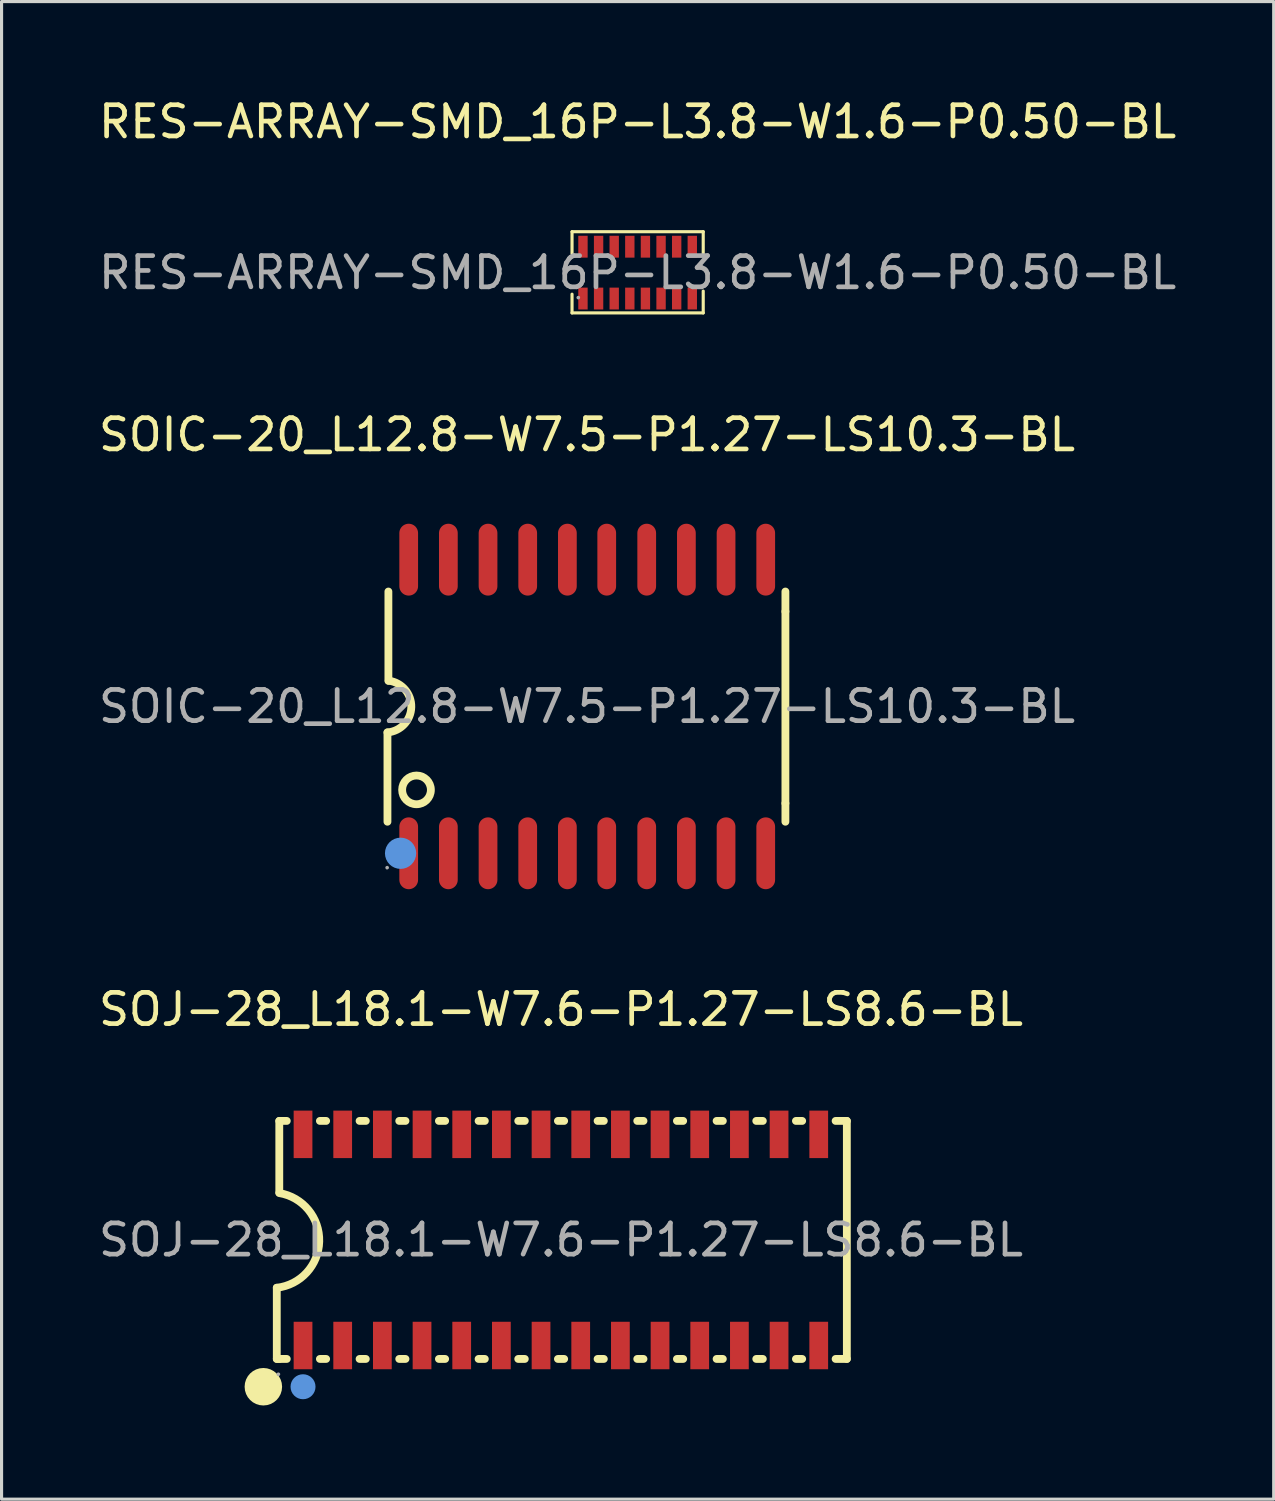
<source format=kicad_pcb>
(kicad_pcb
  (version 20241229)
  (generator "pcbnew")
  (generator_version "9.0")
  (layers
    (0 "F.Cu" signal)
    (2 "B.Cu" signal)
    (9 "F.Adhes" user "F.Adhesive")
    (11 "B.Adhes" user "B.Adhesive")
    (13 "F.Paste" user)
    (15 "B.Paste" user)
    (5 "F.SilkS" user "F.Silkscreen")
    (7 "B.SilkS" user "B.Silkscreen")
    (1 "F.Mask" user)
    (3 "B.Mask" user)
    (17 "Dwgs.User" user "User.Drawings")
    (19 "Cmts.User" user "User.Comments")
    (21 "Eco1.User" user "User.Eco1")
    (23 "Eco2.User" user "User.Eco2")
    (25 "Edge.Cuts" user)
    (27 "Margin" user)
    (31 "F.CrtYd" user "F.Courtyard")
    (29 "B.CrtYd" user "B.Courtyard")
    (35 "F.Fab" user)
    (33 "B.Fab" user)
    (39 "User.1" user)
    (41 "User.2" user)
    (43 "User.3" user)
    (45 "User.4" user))
  (footprint "RES-ARRAY-SMD_16P-L3.8-W1.6-P0.50-BL"
    (layer "F.Cu")
    (at 17.363 5.678)
    (property "Reference" "RES-ARRAY-SMD_16P-L3.8-W1.6-P0.50-BL" (at 0 -4.83 0) (layer "F.SilkS") (effects (font (size 1 1) (thickness 0.15))))
    (attr smd)
    (fp_line (start -2.1 -1.31) (end 2.1 -1.31) (stroke (width 0.1) (type solid)) (layer "F.SilkS"))
    (fp_line (start -2.1 -0.61) (end -2.1 -1.31) (stroke (width 0.1) (type solid)) (layer "F.SilkS"))
    (fp_line (start -2.1 0.69) (end -2.1 1.29) (stroke (width 0.1) (type solid)) (layer "F.SilkS"))
    (fp_line (start -2.1 1.29) (end 2.1 1.29) (stroke (width 0.1) (type solid)) (layer "F.SilkS"))
    (fp_line (start 2.1 -1.31) (end 2.1 -0.61) (stroke (width 0.1) (type solid)) (layer "F.SilkS"))
    (fp_line (start 2.1 1.29) (end 2.1 0.59) (stroke (width 0.1) (type solid)) (layer "F.SilkS"))
    (fp_circle (center -1.9 0.8) (end -1.87 0.8) (stroke (width 0.06) (type solid)) (fill no) (layer "F.Fab"))
    (fp_text user "${REFERENCE}" (at 0 0 0) (layer "F.Fab") (effects (font (size 1 1) (thickness 0.15))))
    (pad "1" smd rect (at -1.75 0.83) (size 0.3 0.7) (layers "F.Cu" "F.Mask" "F.Paste"))
    (pad "2" smd rect (at -1.25 0.83) (size 0.3 0.7) (layers "F.Cu" "F.Mask" "F.Paste"))
    (pad "3" smd rect (at -0.75 0.83) (size 0.3 0.7) (layers "F.Cu" "F.Mask" "F.Paste"))
    (pad "4" smd rect (at -0.25 0.83) (size 0.3 0.7) (layers "F.Cu" "F.Mask" "F.Paste"))
    (pad "5" smd rect (at 0.25 0.83) (size 0.3 0.7) (layers "F.Cu" "F.Mask" "F.Paste"))
    (pad "6" smd rect (at 0.75 0.83) (size 0.3 0.7) (layers "F.Cu" "F.Mask" "F.Paste"))
    (pad "7" smd rect (at 1.25 0.83) (size 0.3 0.7) (layers "F.Cu" "F.Mask" "F.Paste"))
    (pad "8" smd rect (at 1.75 0.83) (size 0.3 0.7) (layers "F.Cu" "F.Mask" "F.Paste"))
    (pad "9" smd rect (at 1.75 -0.83) (size 0.3 0.7) (layers "F.Cu" "F.Mask" "F.Paste"))
    (pad "10" smd rect (at 1.25 -0.83) (size 0.3 0.7) (layers "F.Cu" "F.Mask" "F.Paste"))
    (pad "11" smd rect (at 0.75 -0.83) (size 0.3 0.7) (layers "F.Cu" "F.Mask" "F.Paste"))
    (pad "12" smd rect (at 0.25 -0.83) (size 0.3 0.7) (layers "F.Cu" "F.Mask" "F.Paste"))
    (pad "13" smd rect (at -0.25 -0.83) (size 0.3 0.7) (layers "F.Cu" "F.Mask" "F.Paste"))
    (pad "14" smd rect (at -0.75 -0.83) (size 0.3 0.7) (layers "F.Cu" "F.Mask" "F.Paste"))
    (pad "15" smd rect (at -1.25 -0.83) (size 0.3 0.7) (layers "F.Cu" "F.Mask" "F.Paste"))
    (pad "16" smd rect (at -1.75 -0.83) (size 0.3 0.7) (layers "F.Cu" "F.Mask" "F.Paste")))
  (footprint "SOJ-28_L18.1-W7.6-P1.27-LS8.6-BL"
    (layer "F.Cu")
    (at 14.911 36.645)
    (property "Reference" "SOJ-28_L18.1-W7.6-P1.27-LS8.6-BL" (at 0 -7.38 0) (layer "F.SilkS") (effects (font (size 1 1) (thickness 0.15))))
    (attr smd)
    (fp_line (start -9.1 3.81) (end -9.1 1.53) (stroke (width 0.25) (type solid)) (layer "F.SilkS"))
    (fp_line (start -9.02 -3.81) (end -8.78 -3.81) (stroke (width 0.25) (type solid)) (layer "F.SilkS"))
    (fp_line (start -9.02 -1.52) (end -9.02 -3.81) (stroke (width 0.25) (type solid)) (layer "F.SilkS"))
    (fp_line (start -9.02 3.81) (end -9.1 3.81) (stroke (width 0.25) (type solid)) (layer "F.SilkS"))
    (fp_line (start -8.78 3.81) (end -9.02 3.81) (stroke (width 0.25) (type solid)) (layer "F.SilkS"))
    (fp_line (start -7.72 -3.81) (end -7.52 -3.81) (stroke (width 0.25) (type solid)) (layer "F.SilkS"))
    (fp_line (start -7.52 3.81) (end -7.72 3.81) (stroke (width 0.25) (type solid)) (layer "F.SilkS"))
    (fp_line (start -6.45 -3.81) (end -6.25 -3.81) (stroke (width 0.25) (type solid)) (layer "F.SilkS"))
    (fp_line (start -6.25 3.81) (end -6.45 3.81) (stroke (width 0.25) (type solid)) (layer "F.SilkS"))
    (fp_line (start -5.18 -3.81) (end -4.98 -3.81) (stroke (width 0.25) (type solid)) (layer "F.SilkS"))
    (fp_line (start -4.98 3.81) (end -5.18 3.81) (stroke (width 0.25) (type solid)) (layer "F.SilkS"))
    (fp_line (start -3.91 -3.81) (end -3.71 -3.81) (stroke (width 0.25) (type solid)) (layer "F.SilkS"))
    (fp_line (start -3.71 3.81) (end -3.91 3.81) (stroke (width 0.25) (type solid)) (layer "F.SilkS"))
    (fp_line (start -2.64 -3.81) (end -2.44 -3.81) (stroke (width 0.25) (type solid)) (layer "F.SilkS"))
    (fp_line (start -2.44 3.81) (end -2.64 3.81) (stroke (width 0.25) (type solid)) (layer "F.SilkS"))
    (fp_line (start -1.37 -3.81) (end -1.16 -3.81) (stroke (width 0.25) (type solid)) (layer "F.SilkS"))
    (fp_line (start -1.16 3.81) (end -1.37 3.81) (stroke (width 0.25) (type solid)) (layer "F.SilkS"))
    (fp_line (start -0.1 -3.81) (end 0.1 -3.81) (stroke (width 0.25) (type solid)) (layer "F.SilkS"))
    (fp_line (start 0.1 3.81) (end -0.1 3.81) (stroke (width 0.25) (type solid)) (layer "F.SilkS"))
    (fp_line (start 1.17 -3.81) (end 1.37 -3.81) (stroke (width 0.25) (type solid)) (layer "F.SilkS"))
    (fp_line (start 1.37 3.81) (end 1.17 3.81) (stroke (width 0.25) (type solid)) (layer "F.SilkS"))
    (fp_line (start 2.44 -3.81) (end 2.64 -3.81) (stroke (width 0.25) (type solid)) (layer "F.SilkS"))
    (fp_line (start 2.64 3.81) (end 2.44 3.81) (stroke (width 0.25) (type solid)) (layer "F.SilkS"))
    (fp_line (start 3.71 -3.81) (end 3.91 -3.81) (stroke (width 0.25) (type solid)) (layer "F.SilkS"))
    (fp_line (start 3.91 3.81) (end 3.71 3.81) (stroke (width 0.25) (type solid)) (layer "F.SilkS"))
    (fp_line (start 4.98 -3.81) (end 5.18 -3.81) (stroke (width 0.25) (type solid)) (layer "F.SilkS"))
    (fp_line (start 5.18 3.81) (end 4.98 3.81) (stroke (width 0.25) (type solid)) (layer "F.SilkS"))
    (fp_line (start 6.25 -3.81) (end 6.46 -3.81) (stroke (width 0.25) (type solid)) (layer "F.SilkS"))
    (fp_line (start 6.46 3.81) (end 6.25 3.81) (stroke (width 0.25) (type solid)) (layer "F.SilkS"))
    (fp_line (start 7.52 -3.81) (end 7.72 -3.81) (stroke (width 0.25) (type solid)) (layer "F.SilkS"))
    (fp_line (start 7.72 3.81) (end 7.52 3.81) (stroke (width 0.25) (type solid)) (layer "F.SilkS"))
    (fp_line (start 8.79 -3.81) (end 9.15 -3.81) (stroke (width 0.25) (type solid)) (layer "F.SilkS"))
    (fp_line (start 9.15 -3.81) (end 9.15 3.81) (stroke (width 0.25) (type solid)) (layer "F.SilkS"))
    (fp_line (start 9.15 3.81) (end 8.79 3.81) (stroke (width 0.25) (type solid)) (layer "F.SilkS"))
    (fp_arc (start -9.02 -1.5) (mid -7.73998 0.050487) (end -9.100208 1.531108) (stroke (width 0.25) (type solid)) (layer "F.SilkS"))
    (fp_circle (center -9.53 4.7) (end -9.23 4.7) (stroke (width 0.6) (type solid)) (fill no) (layer "F.SilkS"))
    (fp_circle (center -8.26 4.7) (end -8.06 4.7) (stroke (width 0.4) (type solid)) (fill no) (layer "Cmts.User"))
    (fp_circle (center -9.05 4.3) (end -9.02 4.3) (stroke (width 0.06) (type solid)) (fill no) (layer "F.Fab"))
    (fp_text user "${REFERENCE}" (at 0 0 0) (layer "F.Fab") (effects (font (size 1 1) (thickness 0.15))))
    (pad "1" smd rect (at -8.26 3.38) (size 0.6 1.52) (layers "F.Cu" "F.Mask" "F.Paste"))
    (pad "2" smd rect (at -6.99 3.38) (size 0.6 1.52) (layers "F.Cu" "F.Mask" "F.Paste"))
    (pad "3" smd rect (at -5.72 3.38) (size 0.6 1.52) (layers "F.Cu" "F.Mask" "F.Paste"))
    (pad "4" smd rect (at -4.45 3.38) (size 0.6 1.52) (layers "F.Cu" "F.Mask" "F.Paste"))
    (pad "5" smd rect (at -3.18 3.38) (size 0.6 1.52) (layers "F.Cu" "F.Mask" "F.Paste"))
    (pad "6" smd rect (at -1.91 3.38) (size 0.6 1.52) (layers "F.Cu" "F.Mask" "F.Paste"))
    (pad "7" smd rect (at -0.64 3.38) (size 0.6 1.52) (layers "F.Cu" "F.Mask" "F.Paste"))
    (pad "8" smd rect (at 0.63 3.38) (size 0.6 1.52) (layers "F.Cu" "F.Mask" "F.Paste"))
    (pad "9" smd rect (at 1.9 3.38) (size 0.6 1.52) (layers "F.Cu" "F.Mask" "F.Paste"))
    (pad "10" smd rect (at 3.17 3.38) (size 0.6 1.52) (layers "F.Cu" "F.Mask" "F.Paste"))
    (pad "11" smd rect (at 4.44 3.38) (size 0.6 1.52) (layers "F.Cu" "F.Mask" "F.Paste"))
    (pad "12" smd rect (at 5.71 3.38) (size 0.6 1.52) (layers "F.Cu" "F.Mask" "F.Paste"))
    (pad "13" smd rect (at 6.98 3.38) (size 0.6 1.52) (layers "F.Cu" "F.Mask" "F.Paste"))
    (pad "14" smd rect (at 8.25 3.38) (size 0.6 1.52) (layers "F.Cu" "F.Mask" "F.Paste"))
    (pad "15" smd rect (at 8.25 -3.38) (size 0.6 1.52) (layers "F.Cu" "F.Mask" "F.Paste"))
    (pad "16" smd rect (at 6.98 -3.38) (size 0.6 1.52) (layers "F.Cu" "F.Mask" "F.Paste"))
    (pad "17" smd rect (at 5.71 -3.38) (size 0.6 1.52) (layers "F.Cu" "F.Mask" "F.Paste"))
    (pad "18" smd rect (at 4.44 -3.38) (size 0.6 1.52) (layers "F.Cu" "F.Mask" "F.Paste"))
    (pad "19" smd rect (at 3.17 -3.38) (size 0.6 1.52) (layers "F.Cu" "F.Mask" "F.Paste"))
    (pad "20" smd rect (at 1.9 -3.38) (size 0.6 1.52) (layers "F.Cu" "F.Mask" "F.Paste"))
    (pad "21" smd rect (at 0.63 -3.38) (size 0.6 1.52) (layers "F.Cu" "F.Mask" "F.Paste"))
    (pad "22" smd rect (at -0.64 -3.38) (size 0.6 1.52) (layers "F.Cu" "F.Mask" "F.Paste"))
    (pad "23" smd rect (at -1.91 -3.38) (size 0.6 1.52) (layers "F.Cu" "F.Mask" "F.Paste"))
    (pad "24" smd rect (at -3.18 -3.38) (size 0.6 1.52) (layers "F.Cu" "F.Mask" "F.Paste"))
    (pad "25" smd rect (at -4.45 -3.38) (size 0.6 1.52) (layers "F.Cu" "F.Mask" "F.Paste"))
    (pad "26" smd rect (at -5.72 -3.38) (size 0.6 1.52) (layers "F.Cu" "F.Mask" "F.Paste"))
    (pad "27" smd rect (at -6.99 -3.38) (size 0.6 1.52) (layers "F.Cu" "F.Mask" "F.Paste"))
    (pad "28" smd rect (at -8.26 -3.38) (size 0.6 1.52) (layers "F.Cu" "F.Mask" "F.Paste")))
  (footprint "SOIC-20_L12.8-W7.5-P1.27-LS10.3-BL"
    (layer "F.Cu")
    (at 15.744 19.567)
    (property "Reference" "SOIC-20_L12.8-W7.5-P1.27-LS10.3-BL" (at 0 -8.7 0) (layer "F.SilkS") (effects (font (size 1 1) (thickness 0.15))))
    (attr smd)
    (fp_line (start -6.39 0.83) (end -6.39 3.69) (stroke (width 0.25) (type solid)) (layer "F.SilkS"))
    (fp_line (start -6.36 -0.82) (end -6.36 -3.68) (stroke (width 0.25) (type solid)) (layer "F.SilkS"))
    (fp_line (start 6.35 -3.04) (end 6.35 -3.68) (stroke (width 0.25) (type solid)) (layer "F.SilkS"))
    (fp_line (start 6.35 -3.04) (end 6.35 3.1) (stroke (width 0.25) (type solid)) (layer "F.SilkS"))
    (fp_line (start 6.35 3.1) (end 6.35 3.69) (stroke (width 0.25) (type solid)) (layer "F.SilkS"))
    (fp_arc (start -6.349993 -0.82565) (mid -5.627297 0.020121) (end -6.39 0.83) (stroke (width 0.25) (type solid)) (layer "F.SilkS"))
    (fp_circle (center -5.46 2.67) (end -5 2.67) (stroke (width 0.25) (type solid)) (fill no) (layer "F.SilkS"))
    (fp_circle (center -5.97 4.7) (end -5.72 4.7) (stroke (width 0.5) (type solid)) (fill no) (layer "Cmts.User"))
    (fp_circle (center -6.4 5.16) (end -6.37 5.16) (stroke (width 0.06) (type solid)) (fill no) (layer "F.Fab"))
    (fp_text user "${REFERENCE}" (at 0 0 0) (layer "F.Fab") (effects (font (size 1 1) (thickness 0.15))))
    (pad "1" smd oval (at -5.71 4.7 180) (size 0.6 2.3) (layers "F.Cu" "F.Mask" "F.Paste"))
    (pad "2" smd oval (at -4.44 4.7 180) (size 0.6 2.3) (layers "F.Cu" "F.Mask" "F.Paste"))
    (pad "3" smd oval (at -3.17 4.7 180) (size 0.6 2.3) (layers "F.Cu" "F.Mask" "F.Paste"))
    (pad "4" smd oval (at -1.9 4.7 180) (size 0.6 2.3) (layers "F.Cu" "F.Mask" "F.Paste"))
    (pad "5" smd oval (at -0.63 4.7 180) (size 0.6 2.3) (layers "F.Cu" "F.Mask" "F.Paste"))
    (pad "6" smd oval (at 0.63 4.7 180) (size 0.6 2.3) (layers "F.Cu" "F.Mask" "F.Paste"))
    (pad "7" smd oval (at 1.91 4.7 180) (size 0.6 2.3) (layers "F.Cu" "F.Mask" "F.Paste"))
    (pad "8" smd oval (at 3.18 4.7 180) (size 0.6 2.3) (layers "F.Cu" "F.Mask" "F.Paste"))
    (pad "9" smd oval (at 4.45 4.7 180) (size 0.6 2.3) (layers "F.Cu" "F.Mask" "F.Paste"))
    (pad "10" smd oval (at 5.72 4.7 180) (size 0.6 2.3) (layers "F.Cu" "F.Mask" "F.Paste"))
    (pad "11" smd oval (at 5.72 -4.7 180) (size 0.6 2.3) (layers "F.Cu" "F.Mask" "F.Paste"))
    (pad "12" smd oval (at 4.45 -4.7 180) (size 0.6 2.3) (layers "F.Cu" "F.Mask" "F.Paste"))
    (pad "13" smd oval (at 3.18 -4.7 180) (size 0.6 2.3) (layers "F.Cu" "F.Mask" "F.Paste"))
    (pad "14" smd oval (at 1.91 -4.7 180) (size 0.6 2.3) (layers "F.Cu" "F.Mask" "F.Paste"))
    (pad "15" smd oval (at 0.63 -4.7 180) (size 0.6 2.3) (layers "F.Cu" "F.Mask" "F.Paste"))
    (pad "16" smd oval (at -0.63 -4.7 180) (size 0.6 2.3) (layers "F.Cu" "F.Mask" "F.Paste"))
    (pad "17" smd oval (at -1.9 -4.7 180) (size 0.6 2.3) (layers "F.Cu" "F.Mask" "F.Paste"))
    (pad "18" smd oval (at -3.17 -4.7 180) (size 0.6 2.3) (layers "F.Cu" "F.Mask" "F.Paste"))
    (pad "19" smd oval (at -4.44 -4.7 180) (size 0.6 2.3) (layers "F.Cu" "F.Mask" "F.Paste"))
    (pad "20" smd oval (at -5.71 -4.7 180) (size 0.6 2.3) (layers "F.Cu" "F.Mask" "F.Paste")))
  (gr_rect
    (start -3 -3)
    (end 37.726 44.945)
    (stroke (width 0.1) (type default))
    (fill no)
    (layer "Edge.Cuts")))
</source>
